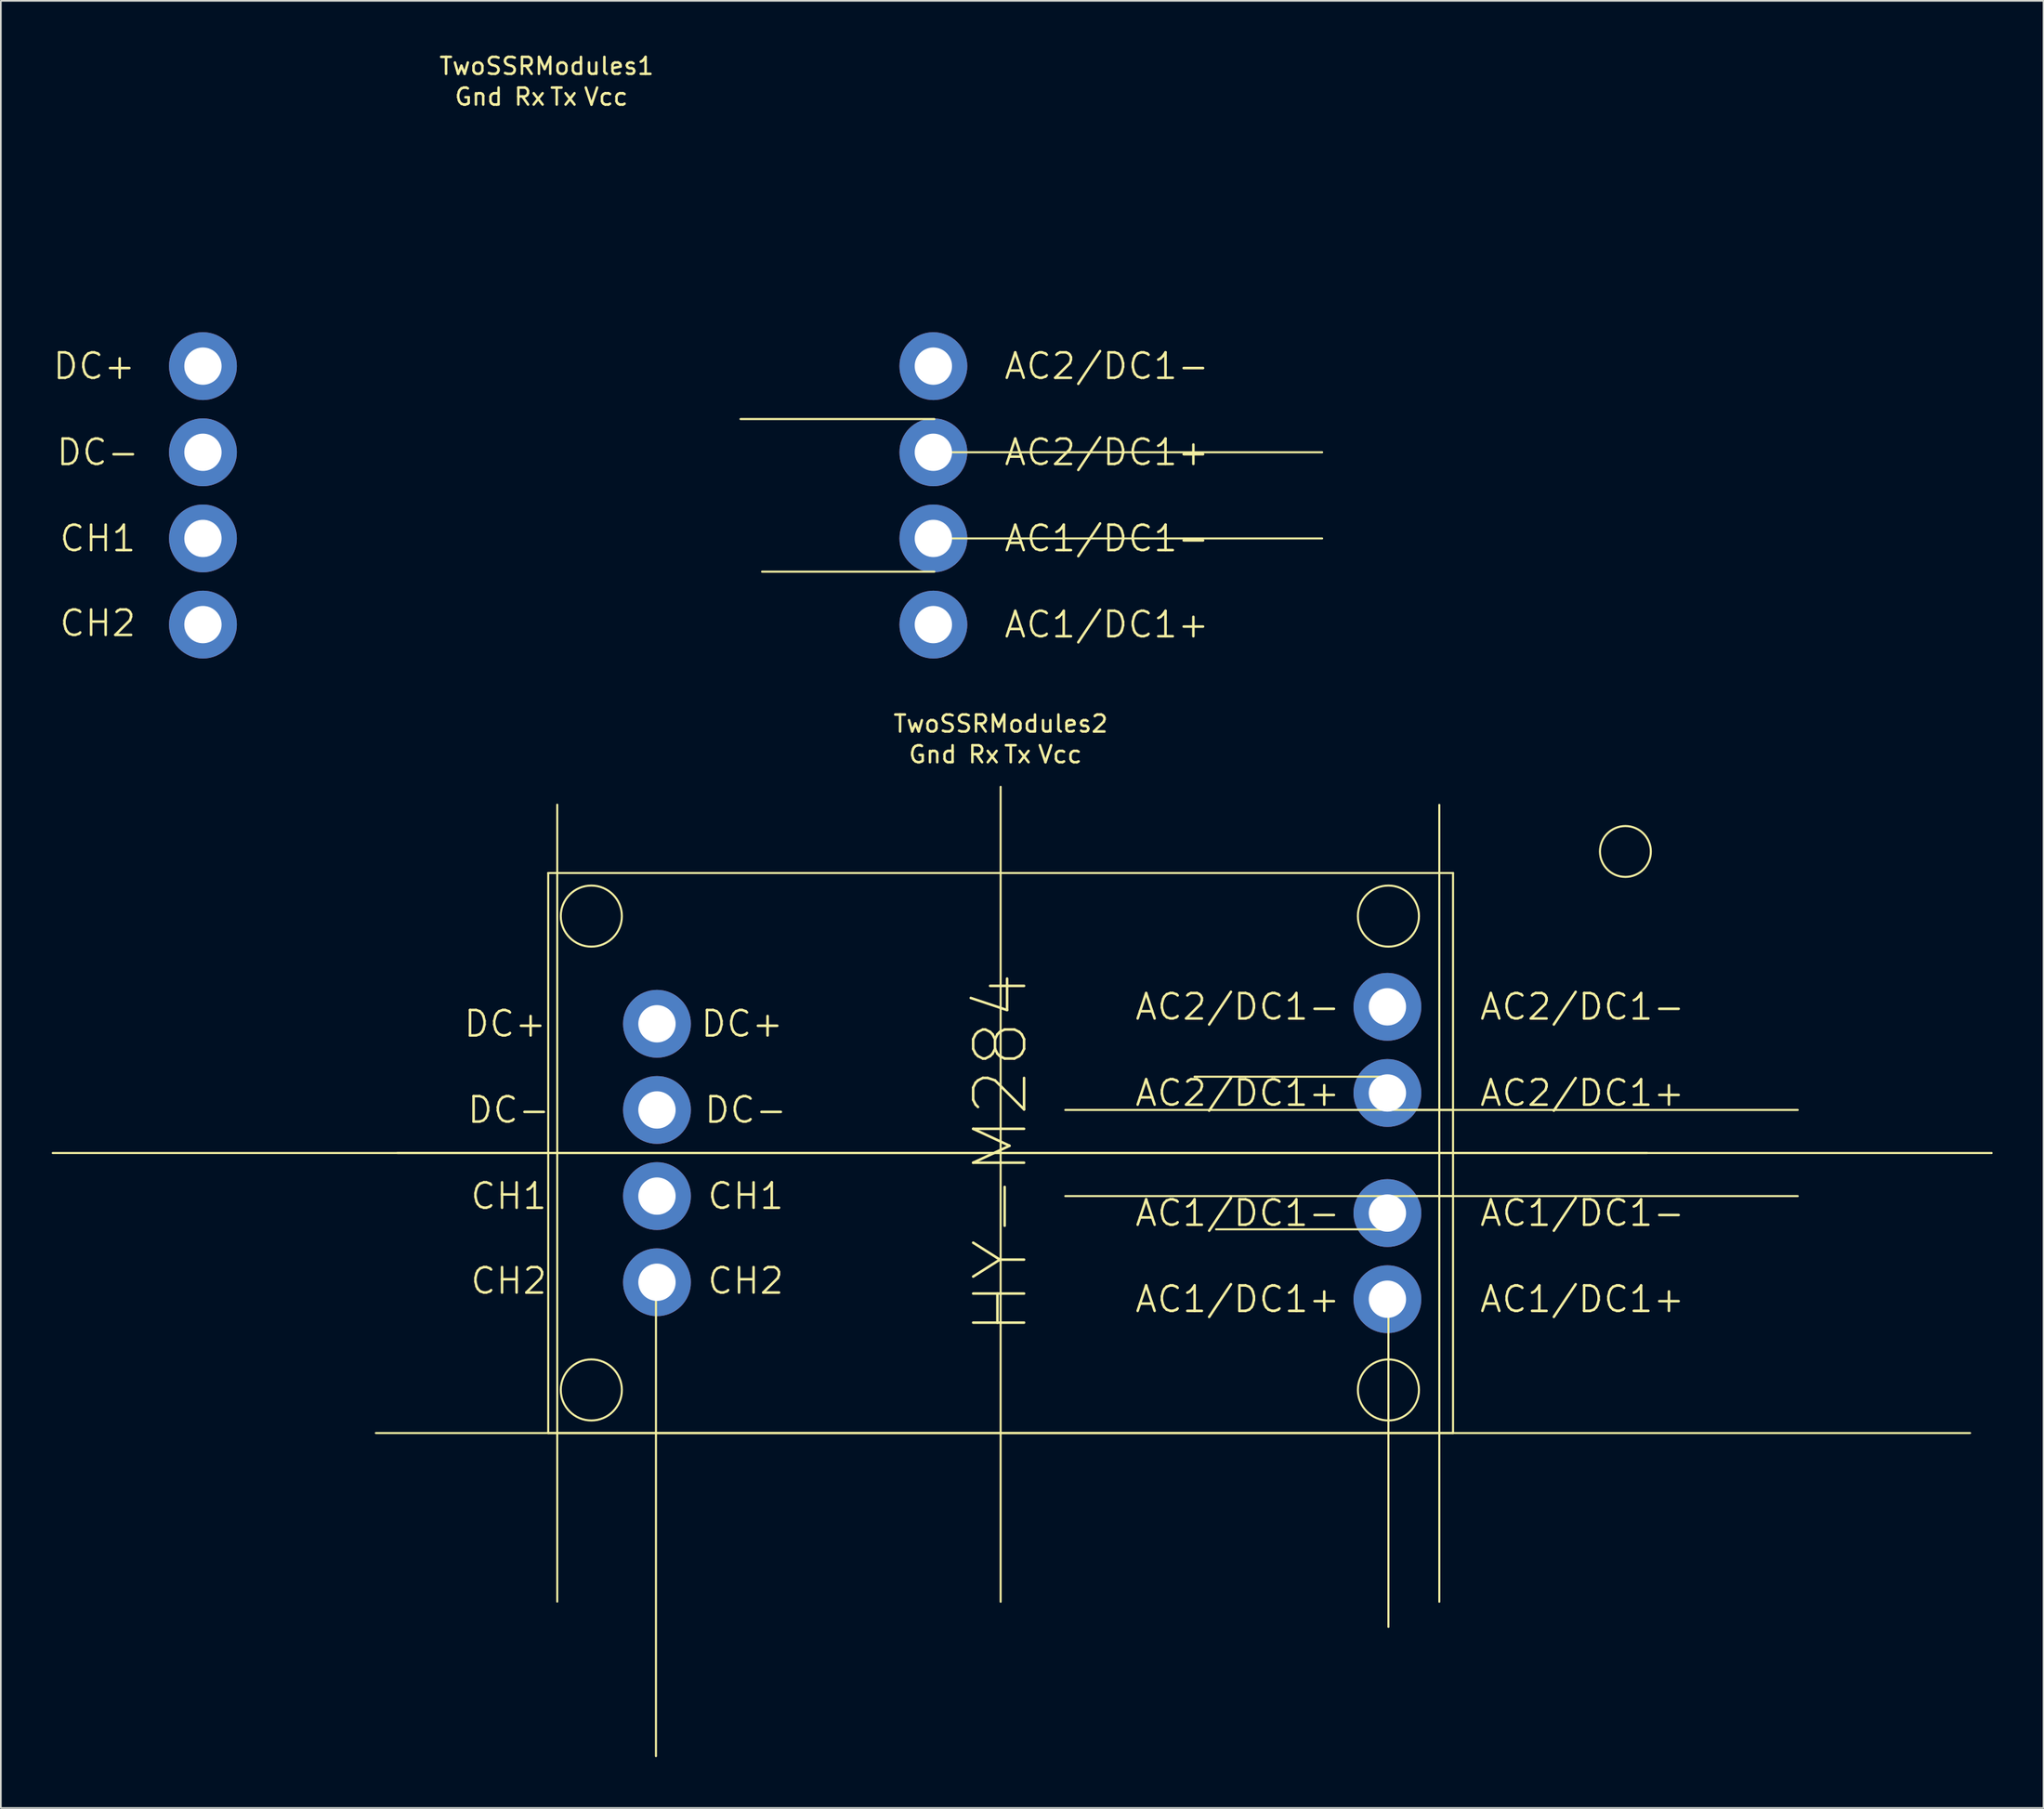
<source format=kicad_pcb>
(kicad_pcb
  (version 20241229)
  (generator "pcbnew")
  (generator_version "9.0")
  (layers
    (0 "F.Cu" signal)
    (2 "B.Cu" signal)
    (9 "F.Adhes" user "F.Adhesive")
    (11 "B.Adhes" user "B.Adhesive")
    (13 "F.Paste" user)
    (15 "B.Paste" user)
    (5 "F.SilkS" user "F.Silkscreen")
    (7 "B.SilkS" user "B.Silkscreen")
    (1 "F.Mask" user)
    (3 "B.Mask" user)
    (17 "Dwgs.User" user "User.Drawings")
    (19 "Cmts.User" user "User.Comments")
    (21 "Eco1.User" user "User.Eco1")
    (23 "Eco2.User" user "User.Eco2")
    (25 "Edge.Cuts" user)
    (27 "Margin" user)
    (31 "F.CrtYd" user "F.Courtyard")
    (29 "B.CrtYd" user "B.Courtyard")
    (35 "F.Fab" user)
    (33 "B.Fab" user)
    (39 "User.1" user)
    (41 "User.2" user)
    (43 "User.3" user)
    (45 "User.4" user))
  (footprint "TwoSSRModules1"
    (layer "F.Cu")
    (at 29.174 26.158)
    (property "Reference" "TwoSSRModules1" (at 0 -25.31 0) (layer "F.SilkS") (effects (font (size 1 1) (thickness 0.15))))
    (attr through_hole)
    (fp_line (start 22.86 -4.5) (end 11.43 -4.5) (stroke (width 0.12) (type solid)) (layer "F.SilkS"))
    (fp_line (start 22.86 -2.54) (end 45.72 -2.54) (stroke (width 0.12) (type solid)) (layer "F.SilkS"))
    (fp_line (start 22.86 2.54) (end 45.72 2.54) (stroke (width 0.12) (type solid)) (layer "F.SilkS"))
    (fp_line (start 22.86 4.5) (end 12.7 4.5) (stroke (width 0.12) (type solid)) (layer "F.SilkS"))
    (fp_text user "CH2" (at -26.46 7.54 0) (layer "F.SilkS") (effects (font (size 1.5 1.5) (thickness 0.15))))
    (fp_text user "AC2/DC1-" (at 33.02 -7.62 0) (layer "F.SilkS") (effects (font (size 1.5 1.5) (thickness 0.15))))
    (fp_text user "Tx" (at 1 -23.5 0) (layer "F.SilkS") (effects (font (size 1 1) (thickness 0.15))))
    (fp_text user "Vcc" (at 3.5 -23.5 0) (layer "F.SilkS") (effects (font (size 1 1) (thickness 0.15))))
    (fp_text user "Gnd" (at -4 -23.5 0) (layer "F.SilkS") (effects (font (size 1 1) (thickness 0.15))))
    (fp_text user "DC-" (at -26.46 -2.54 0) (layer "F.SilkS") (effects (font (size 1.5 1.5) (thickness 0.15))))
    (fp_text user "AC1/DC1-" (at 33.02 2.54 0) (layer "F.SilkS") (effects (font (size 1.5 1.5) (thickness 0.15))))
    (fp_text user "AC2/DC1+" (at 33.02 -2.54 0) (layer "F.SilkS") (effects (font (size 1.5 1.5) (thickness 0.15))))
    (fp_text user "DC+" (at -26.67 -7.62 0) (layer "F.SilkS") (effects (font (size 1.5 1.5) (thickness 0.15))))
    (fp_text user "AC1/DC1+" (at 33.02 7.62 0) (layer "F.SilkS") (effects (font (size 1.5 1.5) (thickness 0.15))))
    (fp_text user "CH1" (at -26.46 2.54 0) (layer "F.SilkS") (effects (font (size 1.5 1.5) (thickness 0.15))))
    (fp_text user "Rx" (at -1 -23.5 0) (layer "F.SilkS") (effects (font (size 1 1) (thickness 0.15))))
    (pad "1" thru_hole circle (at -20.26 -7.62 270) (size 4 4) (drill 2.2) (layers "*.Cu" "*.Mask"))
    (pad "2" thru_hole circle (at -20.26 -2.54 270) (size 4 4) (drill 2.2) (layers "*.Cu" "*.Mask"))
    (pad "3" thru_hole circle (at -20.26 2.54 270) (size 4 4) (drill 2.2) (layers "*.Cu" "*.Mask"))
    (pad "4" thru_hole circle (at -20.26 7.62 270) (size 4 4) (drill 2.2) (layers "*.Cu" "*.Mask"))
    (pad "5" thru_hole circle (at 22.8 7.62 90) (size 4 4) (drill 2.2) (layers "*.Cu" "*.Mask"))
    (pad "6" thru_hole circle (at 22.8 2.54 90) (size 4 4) (drill 2.2) (layers "*.Cu" "*.Mask"))
    (pad "7" thru_hole circle (at 22.8 -2.54 90) (size 4 4) (drill 2.2) (layers "*.Cu" "*.Mask"))
    (pad "8" thru_hole circle (at 22.8 -7.62 90) (size 4 4) (drill 2.2) (layers "*.Cu" "*.Mask")))
  (footprint "TwoSSRModules2"
    (layer "F.Cu")
    (at 55.94 64.936)
    (property "Reference" "TwoSSRModules2" (at 0 -25.31 0) (layer "F.SilkS") (effects (font (size 1 1) (thickness 0.15))))
    (attr through_hole)
    (fp_line (start -55.88 0) (end 38.1 0) (stroke (width 0.12) (type solid)) (layer "F.SilkS"))
    (fp_line (start -36.83 16.51) (end 57.15 16.51) (stroke (width 0.12) (type solid)) (layer "F.SilkS"))
    (fp_line (start -35.56 0) (end 58.42 0) (stroke (width 0.12) (type solid)) (layer "F.SilkS"))
    (fp_line (start -26.67 -16.51) (end -26.67 16.51) (stroke (width 0.12) (type solid)) (layer "F.SilkS"))
    (fp_line (start -26.67 16.51) (end 26.67 16.51) (stroke (width 0.12) (type solid)) (layer "F.SilkS"))
    (fp_line (start -26.14 -20.54) (end -26.14 26.45) (stroke (width 0.12) (type solid)) (layer "F.SilkS"))
    (fp_line (start -20.32 7.62) (end -20.32 35.56) (stroke (width 0.12) (type solid)) (layer "F.SilkS"))
    (fp_line (start 0 -21.59) (end 0 26.46) (stroke (width 0.12) (type solid)) (layer "F.SilkS"))
    (fp_line (start 3.81 -2.54) (end 26.67 -2.54) (stroke (width 0.12) (type solid)) (layer "F.SilkS"))
    (fp_line (start 3.81 2.54) (end 26.67 2.54) (stroke (width 0.12) (type solid)) (layer "F.SilkS"))
    (fp_line (start 22.86 -4.5) (end 11.43 -4.5) (stroke (width 0.12) (type solid)) (layer "F.SilkS"))
    (fp_line (start 22.86 4.5) (end 12.7 4.5) (stroke (width 0.12) (type solid)) (layer "F.SilkS"))
    (fp_line (start 22.86 7.62) (end 22.86 27.94) (stroke (width 0.12) (type solid)) (layer "F.SilkS"))
    (fp_line (start 24.13 -2.54) (end 46.99 -2.54) (stroke (width 0.12) (type solid)) (layer "F.SilkS"))
    (fp_line (start 24.13 2.54) (end 46.99 2.54) (stroke (width 0.12) (type solid)) (layer "F.SilkS"))
    (fp_line (start 25.86 -20.53) (end 25.86 26.46) (stroke (width 0.12) (type solid)) (layer "F.SilkS"))
    (fp_line (start 26.67 -16.51) (end -26.67 -16.51) (stroke (width 0.12) (type solid)) (layer "F.SilkS"))
    (fp_line (start 26.67 -16.51) (end 26.67 16.51) (stroke (width 0.12) (type solid)) (layer "F.SilkS"))
    (fp_circle (center -24.13 -13.97) (end -22.33 -13.97) (stroke (width 0.12) (type solid)) (fill no) (layer "F.SilkS"))
    (fp_circle (center -24.13 13.97) (end -22.33 13.97) (stroke (width 0.12) (type solid)) (fill no) (layer "F.SilkS"))
    (fp_circle (center 22.86 -13.97) (end 24.66 -13.97) (stroke (width 0.12) (type solid)) (fill no) (layer "F.SilkS"))
    (fp_circle (center 22.86 13.97) (end 24.66 13.97) (stroke (width 0.12) (type solid)) (fill no) (layer "F.SilkS"))
    (fp_circle (center 36.83 -17.78) (end 38.33 -17.78) (stroke (width 0.12) (type solid)) (fill no) (layer "F.SilkS"))
    (fp_text user "AC1/DC1+" (at 13.97 8.62 0) (layer "F.SilkS") (effects (font (size 1.5 1.5) (thickness 0.15))))
    (fp_text user "Tx" (at 1 -23.5 0) (layer "F.SilkS") (effects (font (size 1 1) (thickness 0.15))))
    (fp_text user "DC+" (at -29.21 -7.62 0) (layer "F.SilkS") (effects (font (size 1.5 1.5) (thickness 0.15))))
    (fp_text user "DC-" (at -15.03 -2.54 0) (layer "F.SilkS") (effects (font (size 1.5 1.5) (thickness 0.15))))
    (fp_text user "DC-" (at -29 -2.54 0) (layer "F.SilkS") (effects (font (size 1.5 1.5) (thickness 0.15))))
    (fp_text user "AC2/DC1-" (at 34.29 -8.62 0) (layer "F.SilkS") (effects (font (size 1.5 1.5) (thickness 0.15))))
    (fp_text user "CH1" (at -29 2.54 0) (layer "F.SilkS") (effects (font (size 1.5 1.5) (thickness 0.15))))
    (fp_text user "CH1" (at -15.03 2.54 0) (layer "F.SilkS") (effects (font (size 1.5 1.5) (thickness 0.15))))
    (fp_text user "AC1/DC1-" (at 34.29 3.54 0) (layer "F.SilkS") (effects (font (size 1.5 1.5) (thickness 0.15))))
    (fp_text user "DC+" (at -15.24 -7.62 0) (layer "F.SilkS") (effects (font (size 1.5 1.5) (thickness 0.15))))
    (fp_text user "CH2" (at -15.03 7.54 0) (layer "F.SilkS") (effects (font (size 1.5 1.5) (thickness 0.15))))
    (fp_text user "AC1/DC1+" (at 34.29 8.62 0) (layer "F.SilkS") (effects (font (size 1.5 1.5) (thickness 0.15))))
    (fp_text user "CH2" (at -29 7.54 0) (layer "F.SilkS") (effects (font (size 1.5 1.5) (thickness 0.15))))
    (fp_text user "Vcc" (at 3.5 -23.5 0) (layer "F.SilkS") (effects (font (size 1 1) (thickness 0.15))))
    (fp_text user "Gnd" (at -4 -23.5 0) (layer "F.SilkS") (effects (font (size 1 1) (thickness 0.15))))
    (fp_text user "AC1/DC1-" (at 13.97 3.54 0) (layer "F.SilkS") (effects (font (size 1.5 1.5) (thickness 0.15))))
    (fp_text user "AC2/DC1-" (at 13.97 -8.62 0) (layer "F.SilkS") (effects (font (size 1.5 1.5) (thickness 0.15))))
    (fp_text user "HY-M284" (at 0 0 90) (layer "F.SilkS") (effects (font (size 3 3) (thickness 0.15))))
    (fp_text user "Rx" (at -1 -23.5 0) (layer "F.SilkS") (effects (font (size 1 1) (thickness 0.15))))
    (fp_text user "AC2/DC1+" (at 13.97 -3.54 0) (layer "F.SilkS") (effects (font (size 1.5 1.5) (thickness 0.15))))
    (fp_text user "AC2/DC1+" (at 34.29 -3.54 0) (layer "F.SilkS") (effects (font (size 1.5 1.5) (thickness 0.15))))
    (pad "1" thru_hole circle (at -20.26 -7.62 270) (size 4 4) (drill 2.2) (layers "*.Cu" "*.Mask"))
    (pad "2" thru_hole circle (at -20.26 -2.54 270) (size 4 4) (drill 2.2) (layers "*.Cu" "*.Mask"))
    (pad "3" thru_hole circle (at -20.26 2.54 270) (size 4 4) (drill 2.2) (layers "*.Cu" "*.Mask"))
    (pad "4" thru_hole circle (at -20.26 7.62 270) (size 4 4) (drill 2.2) (layers "*.Cu" "*.Mask"))
    (pad "5" thru_hole circle (at 22.8 8.62 90) (size 4 4) (drill 2.2) (layers "*.Cu" "*.Mask"))
    (pad "6" thru_hole circle (at 22.8 3.54 90) (size 4 4) (drill 2.2) (layers "*.Cu" "*.Mask"))
    (pad "7" thru_hole circle (at 22.8 -3.54 90) (size 4 4) (drill 2.2) (layers "*.Cu" "*.Mask"))
    (pad "8" thru_hole circle (at 22.8 -8.62 90) (size 4 4) (drill 2.2) (layers "*.Cu" "*.Mask")))
  (gr_rect
    (start -3 -3)
    (end 117.42 103.556)
    (stroke (width 0.1) (type default))
    (fill no)
    (layer "Edge.Cuts")))
</source>
